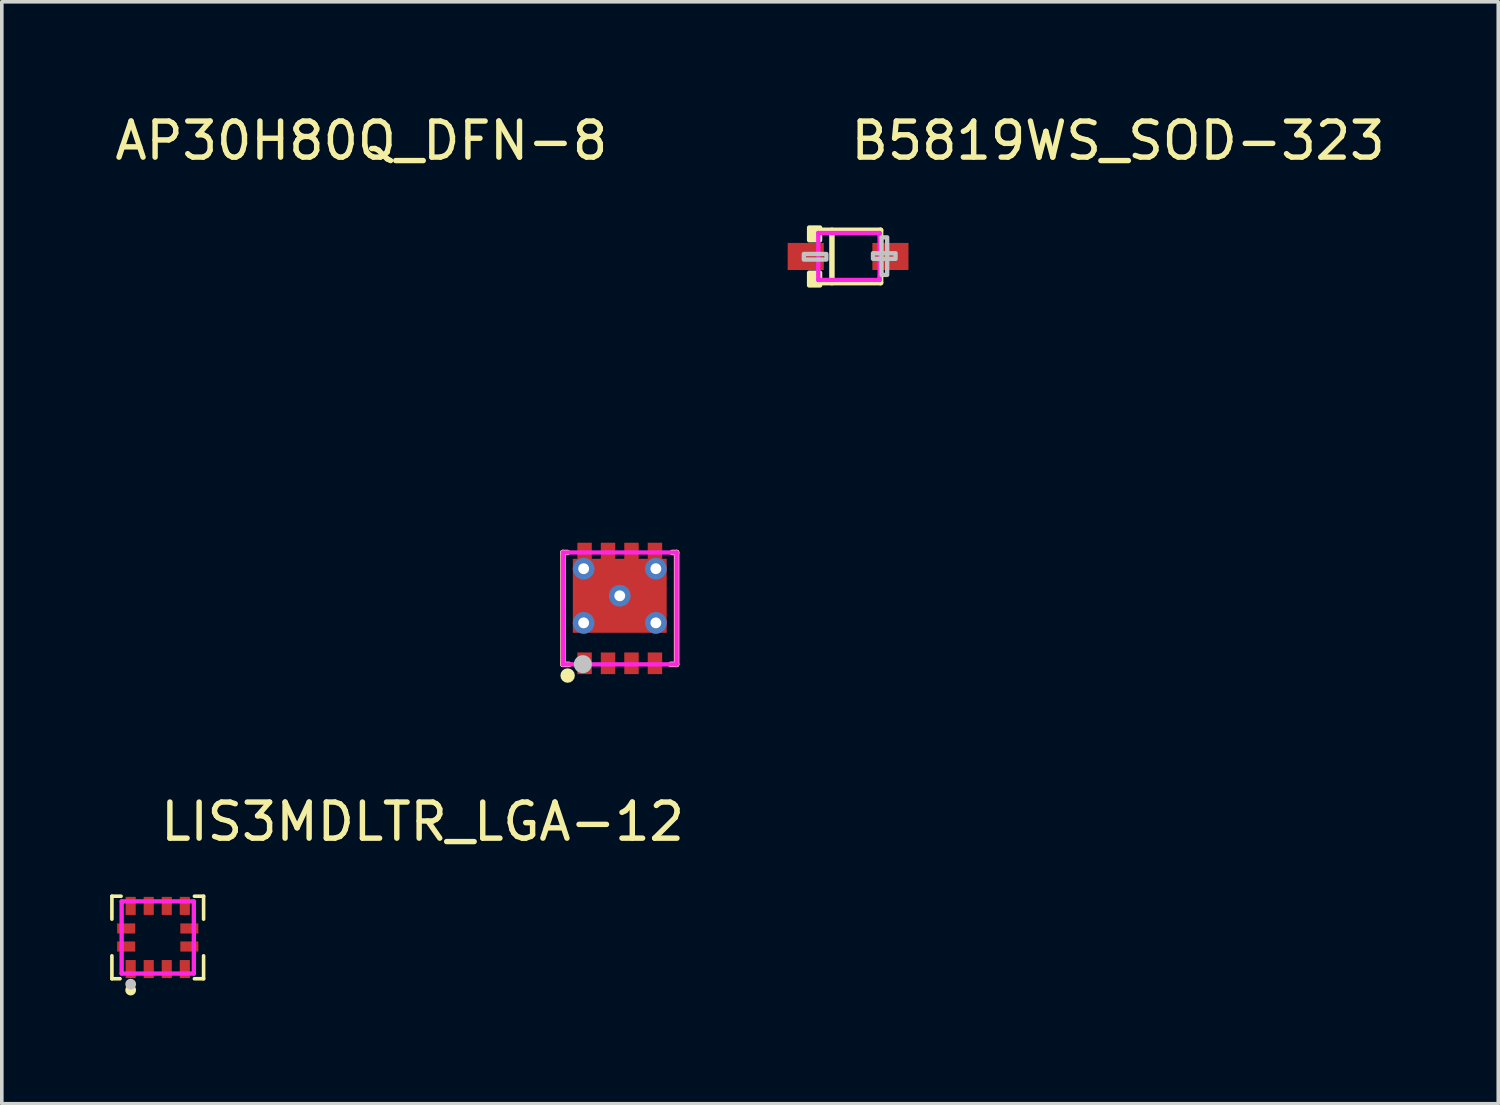
<source format=kicad_pcb>
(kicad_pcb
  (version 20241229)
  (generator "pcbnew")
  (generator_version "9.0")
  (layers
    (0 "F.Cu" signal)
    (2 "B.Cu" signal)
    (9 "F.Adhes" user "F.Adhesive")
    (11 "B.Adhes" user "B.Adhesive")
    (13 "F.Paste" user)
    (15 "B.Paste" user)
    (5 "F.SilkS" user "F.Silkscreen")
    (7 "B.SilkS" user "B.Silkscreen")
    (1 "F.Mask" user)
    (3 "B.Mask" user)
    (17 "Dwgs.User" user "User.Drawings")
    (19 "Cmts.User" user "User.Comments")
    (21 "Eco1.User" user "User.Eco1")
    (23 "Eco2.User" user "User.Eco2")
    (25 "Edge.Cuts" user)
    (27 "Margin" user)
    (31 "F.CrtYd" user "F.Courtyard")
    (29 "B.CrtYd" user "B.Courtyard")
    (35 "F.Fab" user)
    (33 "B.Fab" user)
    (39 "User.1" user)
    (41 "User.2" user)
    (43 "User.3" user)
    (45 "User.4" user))
  (footprint "LIS3MDLTR_LGA-12"
    (layer "F.Cu")
    (at 1.32 22.921)
    (property "Reference" "LIS3MDLTR_LGA-12" (at 0 -3.207 0) (layer "F.SilkS") (effects (font (size 1 1) (thickness 0.15)) (justify left)))
    (attr through_hole)
    (fp_line (start -1.27 -1.143) (end -1.27 -0.508) (stroke (width 0.1) (type solid)) (layer "F.SilkS"))
    (fp_line (start -1.27 0.508) (end -1.27 1.143) (stroke (width 0.1) (type solid)) (layer "F.SilkS"))
    (fp_line (start -1.27 1.143) (end -1.044 1.143) (stroke (width 0.1) (type solid)) (layer "F.SilkS"))
    (fp_line (start -1.016 -1.143) (end -1.27 -1.143) (stroke (width 0.1) (type solid)) (layer "F.SilkS"))
    (fp_line (start 1.016 -1.143) (end 1.27 -1.143) (stroke (width 0.1) (type solid)) (layer "F.SilkS"))
    (fp_line (start 1.27 -1.143) (end 1.27 -0.508) (stroke (width 0.1) (type solid)) (layer "F.SilkS"))
    (fp_line (start 1.27 0.508) (end 1.27 1.143) (stroke (width 0.1) (type solid)) (layer "F.SilkS"))
    (fp_line (start 1.27 1.143) (end 1.016 1.143) (stroke (width 0.1) (type solid)) (layer "F.SilkS"))
    (fp_circle (center -0.75 1.457) (end -0.675 1.457) (stroke (width 0.15) (type solid)) (fill no) (layer "F.SilkS"))
    (fp_circle (center -0.75 1.293) (end -0.675 1.293) (stroke (width 0.15) (type solid)) (fill no) (layer "Dwgs.User"))
    (fp_circle (center -1 1) (end -0.97 1) (stroke (width 0.06) (type solid)) (fill no) (layer "Eco2.User"))
    (fp_poly (pts (xy -0.875 0.625) (xy -0.625 0.625) (xy -0.625 0.9) (xy -0.875 0.9)) (stroke (width 0.12) (type solid)) (fill no) (layer "Eco2.User"))
    (fp_poly (pts (xy -0.625 -0.625) (xy -0.875 -0.625) (xy -0.875 -0.9) (xy -0.625 -0.9)) (stroke (width 0.12) (type solid)) (fill no) (layer "Eco2.User"))
    (fp_poly (pts (xy -0.625 -0.375) (xy -0.625 -0.125) (xy -0.9 -0.125) (xy -0.9 -0.375)) (stroke (width 0.12) (type solid)) (fill no) (layer "Eco2.User"))
    (fp_poly (pts (xy -0.625 0.125) (xy -0.625 0.375) (xy -0.9 0.375) (xy -0.9 0.125)) (stroke (width 0.12) (type solid)) (fill no) (layer "Eco2.User"))
    (fp_poly (pts (xy -0.375 0.625) (xy -0.125 0.625) (xy -0.125 0.9) (xy -0.375 0.9)) (stroke (width 0.12) (type solid)) (fill no) (layer "Eco2.User"))
    (fp_poly (pts (xy -0.125 -0.625) (xy -0.375 -0.625) (xy -0.375 -0.9) (xy -0.125 -0.9)) (stroke (width 0.12) (type solid)) (fill no) (layer "Eco2.User"))
    (fp_poly (pts (xy 0.125 0.625) (xy 0.375 0.625) (xy 0.375 0.9) (xy 0.125 0.9)) (stroke (width 0.12) (type solid)) (fill no) (layer "Eco2.User"))
    (fp_poly (pts (xy 0.375 -0.625) (xy 0.125 -0.625) (xy 0.125 -0.9) (xy 0.375 -0.9)) (stroke (width 0.12) (type solid)) (fill no) (layer "Eco2.User"))
    (fp_poly (pts (xy 0.625 -0.125) (xy 0.625 -0.375) (xy 0.9 -0.375) (xy 0.9 -0.125)) (stroke (width 0.12) (type solid)) (fill no) (layer "Eco2.User"))
    (fp_poly (pts (xy 0.625 0.375) (xy 0.625 0.125) (xy 0.9 0.125) (xy 0.9 0.375)) (stroke (width 0.12) (type solid)) (fill no) (layer "Eco2.User"))
    (fp_poly (pts (xy 0.625 0.625) (xy 0.875 0.625) (xy 0.875 0.9) (xy 0.625 0.9)) (stroke (width 0.12) (type solid)) (fill no) (layer "Eco2.User"))
    (fp_poly (pts (xy 0.875 -0.625) (xy 0.625 -0.625) (xy 0.625 -0.9) (xy 0.875 -0.9)) (stroke (width 0.12) (type solid)) (fill no) (layer "Eco2.User"))
    (fp_line (start -1 -1) (end 1 -1) (stroke (width 0.12) (type solid)) (layer "F.CrtYd"))
    (fp_line (start -1 1) (end -1 -1) (stroke (width 0.12) (type solid)) (layer "F.CrtYd"))
    (fp_line (start 1 -1) (end 1 1) (stroke (width 0.12) (type solid)) (layer "F.CrtYd"))
    (fp_line (start 1 1) (end -1 1) (stroke (width 0.12) (type solid)) (layer "F.CrtYd"))
    (pad "1" smd rect (at -0.75 0.875) (size 0.28 0.5) (layers "F.Cu" "F.Mask" "F.Paste"))
    (pad "2" smd rect (at -0.25 0.875) (size 0.28 0.5) (layers "F.Cu" "F.Mask" "F.Paste"))
    (pad "3" smd rect (at 0.25 0.875) (size 0.28 0.5) (layers "F.Cu" "F.Mask" "F.Paste"))
    (pad "4" smd rect (at 0.75 0.875) (size 0.28 0.5) (layers "F.Cu" "F.Mask" "F.Paste"))
    (pad "5" smd rect (at 0.875 0.25) (size 0.5 0.28) (layers "F.Cu" "F.Mask" "F.Paste"))
    (pad "6" smd rect (at 0.875 -0.25) (size 0.5 0.28) (layers "F.Cu" "F.Mask" "F.Paste"))
    (pad "7" smd rect (at 0.75 -0.875) (size 0.28 0.5) (layers "F.Cu" "F.Mask" "F.Paste"))
    (pad "8" smd rect (at 0.25 -0.875) (size 0.28 0.5) (layers "F.Cu" "F.Mask" "F.Paste"))
    (pad "9" smd rect (at -0.25 -0.875) (size 0.28 0.5) (layers "F.Cu" "F.Mask" "F.Paste"))
    (pad "10" smd rect (at -0.75 -0.875) (size 0.28 0.5) (layers "F.Cu" "F.Mask" "F.Paste"))
    (pad "11" smd rect (at -0.875 -0.25) (size 0.5 0.28) (layers "F.Cu" "F.Mask" "F.Paste"))
    (pad "12" smd rect (at -0.875 0.25) (size 0.5 0.28) (layers "F.Cu" "F.Mask" "F.Paste")))
  (footprint "B5819WS_SOD-323"
    (layer "F.Cu")
    (at 20.444 4.055)
    (property "Reference" "B5819WS_SOD-323" (at 0 -3.207 0) (layer "F.SilkS") (effects (font (size 1 1) (thickness 0.15)) (justify left)))
    (attr through_hole)
    (fp_line (start -0.851 -0.726) (end 0.901 -0.726) (stroke (width 0.152) (type solid)) (layer "F.SilkS"))
    (fp_line (start -0.851 0.726) (end 0.901 0.726) (stroke (width 0.152) (type solid)) (layer "F.SilkS"))
    (fp_line (start -0.447 -0.726) (end -0.447 0.726) (stroke (width 0.152) (type solid)) (layer "F.SilkS"))
    (fp_line (start 0.901 -0.726) (end 0.901 -0.53) (stroke (width 0.152) (type solid)) (layer "F.SilkS"))
    (fp_line (start 0.901 0.726) (end 0.901 0.52) (stroke (width 0.152) (type solid)) (layer "F.SilkS"))
    (fp_poly (pts (xy -0.775 -0.802) (xy -0.775 -0.45) (xy -1.08 -0.45) (xy -1.08 -0.802)) (stroke (width 0.12) (type solid)) (fill yes) (layer "F.SilkS"))
    (fp_poly (pts (xy -0.775 0.802) (xy -0.775 0.45) (xy -1.08 0.45) (xy -1.08 0.802)) (stroke (width 0.12) (type solid)) (fill yes) (layer "F.SilkS"))
    (fp_poly (pts (xy -1.225 -0.07) (xy -1.225 0.086) (xy -0.601 0.086) (xy -0.601 -0.07)) (stroke (width 0.12) (type solid)) (fill no) (layer "Dwgs.User"))
    (fp_poly (pts (xy 1.083 -0.53) (xy 1.083 0.51) (xy 0.927 0.51) (xy 0.927 -0.53)) (stroke (width 0.12) (type solid)) (fill no) (layer "Dwgs.User"))
    (fp_poly (pts (xy 1.315 -0.09) (xy 1.315 0.066) (xy 0.691 0.066) (xy 0.691 -0.09)) (stroke (width 0.12) (type solid)) (fill no) (layer "Dwgs.User"))
    (fp_line (start -0.935 -0.16) (end -0.815 -0.16) (stroke (width 0.12) (type solid)) (layer "Eco2.User"))
    (fp_line (start -0.935 0.16) (end -0.935 -0.16) (stroke (width 0.12) (type solid)) (layer "Eco2.User"))
    (fp_line (start -0.815 -0.16) (end -0.815 0.16) (stroke (width 0.12) (type solid)) (layer "Eco2.User"))
    (fp_line (start -0.815 0.16) (end -0.935 0.16) (stroke (width 0.12) (type solid)) (layer "Eco2.User"))
    (fp_line (start 0.865 -0.16) (end 0.985 -0.16) (stroke (width 0.12) (type solid)) (layer "Eco2.User"))
    (fp_line (start 0.865 0.16) (end 0.865 -0.16) (stroke (width 0.12) (type solid)) (layer "Eco2.User"))
    (fp_line (start 0.985 -0.16) (end 0.985 0.16) (stroke (width 0.12) (type solid)) (layer "Eco2.User"))
    (fp_line (start 0.985 0.16) (end 0.865 0.16) (stroke (width 0.12) (type solid)) (layer "Eco2.User"))
    (fp_circle (center -1.225 0.65) (end -1.195 0.65) (stroke (width 0.06) (type solid)) (fill no) (layer "Eco2.User"))
    (fp_poly (pts (xy -0.925 -0.16) (xy -0.925 0.16) (xy -1.225 0.16) (xy -1.225 -0.16)) (stroke (width 0.12) (type solid)) (fill no) (layer "Eco2.User"))
    (fp_poly (pts (xy 1.275 -0.16) (xy 1.275 0.16) (xy 0.975 0.16) (xy 0.975 -0.16)) (stroke (width 0.12) (type solid)) (fill no) (layer "Eco2.User"))
    (fp_line (start -0.825 -0.65) (end 0.875 -0.65) (stroke (width 0.12) (type solid)) (layer "F.CrtYd"))
    (fp_line (start -0.825 0.65) (end -0.825 -0.65) (stroke (width 0.12) (type solid)) (layer "F.CrtYd"))
    (fp_line (start 0.875 -0.65) (end 0.875 0.65) (stroke (width 0.12) (type solid)) (layer "F.CrtYd"))
    (fp_line (start 0.875 0.65) (end -0.825 0.65) (stroke (width 0.12) (type solid)) (layer "F.CrtYd"))
    (pad "1" smd rect (at -1.173 0) (size 1 0.75) (layers "F.Cu" "F.Mask" "F.Paste"))
    (pad "2" smd rect (at 1.173 0) (size 1 0.75) (layers "F.Cu" "F.Mask" "F.Paste")))
  (footprint "AP30H80Q_DFN-8"
    (layer "F.Cu")
    (at 14.119 13.805)
    (property "Reference" "AP30H80Q_DFN-8" (at -0.25 -12.957 180) (layer "F.SilkS") (effects (font (size 1 1) (thickness 0.15)) (justify right)))
    (attr through_hole)
    (fp_line (start -1.575 -1.55) (end -1.45 -1.55) (stroke (width 0.152) (type solid)) (layer "F.SilkS"))
    (fp_line (start -1.575 1.55) (end -1.575 -1.55) (stroke (width 0.152) (type solid)) (layer "F.SilkS"))
    (fp_line (start -1.406 1.55) (end -1.575 1.55) (stroke (width 0.152) (type solid)) (layer "F.SilkS"))
    (fp_line (start 1.45 -1.55) (end 1.576 -1.55) (stroke (width 0.152) (type solid)) (layer "F.SilkS"))
    (fp_line (start 1.575 -1.55) (end 1.575 1.55) (stroke (width 0.152) (type solid)) (layer "F.SilkS"))
    (fp_line (start 1.575 1.55) (end 1.406 1.55) (stroke (width 0.152) (type solid)) (layer "F.SilkS"))
    (fp_circle (center -1.444 1.86) (end -1.344 1.86) (stroke (width 0.2) (type solid)) (fill no) (layer "F.SilkS"))
    (fp_poly (pts (xy -1.174 1.22) (xy -0.775 1.22) (xy -0.775 1.82) (xy -1.175 1.82)) (stroke (width 0.12) (type solid)) (fill yes) (layer "F.Paste"))
    (fp_poly (pts (xy -0.524 1.22) (xy -0.125 1.22) (xy -0.125 1.82) (xy -0.525 1.82)) (stroke (width 0.12) (type solid)) (fill yes) (layer "F.Paste"))
    (fp_poly (pts (xy 0.126 1.22) (xy 0.525 1.22) (xy 0.525 1.82) (xy 0.125 1.82)) (stroke (width 0.12) (type solid)) (fill yes) (layer "F.Paste"))
    (fp_poly (pts (xy 0.776 1.22) (xy 1.175 1.22) (xy 1.175 1.82) (xy 0.775 1.82)) (stroke (width 0.12) (type solid)) (fill yes) (layer "F.Paste"))
    (fp_poly (pts (xy 1.175 -1.375) (xy 1.175 -1.82) (xy 0.775 -1.82) (xy 0.775 -1.375) (xy 0.525 -1.375) (xy 0.525 -1.82) (xy 0.125 -1.82) (xy 0.125 -1.375) (xy -0.125 -1.375) (xy -0.125 -1.82) (xy -0.525 -1.82) (xy -0.525 -1.375) (xy -0.775 -1.375) (xy -0.775 -1.82) (xy -1.175 -1.82) (xy -1.175 -1.375) (xy -1.3 -1.375) (xy -1.3 0.675) (xy 1.3 0.675) (xy 1.3 -1.375)) (stroke (width 0.12) (type solid)) (fill yes) (layer "F.Paste"))
    (fp_circle (center -1.023 1.545) (end -0.898 1.545) (stroke (width 0.25) (type solid)) (fill no) (layer "Dwgs.User"))
    (fp_circle (center -1.575 1.675) (end -1.545 1.675) (stroke (width 0.06) (type solid)) (fill no) (layer "Eco2.User"))
    (fp_poly (pts (xy -1.25 -1.275) (xy 1.24 -1.275) (xy 1.24 0.605) (xy -1.25 0.605)) (stroke (width 0.12) (type solid)) (fill no) (layer "Eco2.User"))
    (fp_poly (pts (xy -1.125 -1.675) (xy -0.825 -1.675) (xy -0.825 -1.275) (xy -1.125 -1.275)) (stroke (width 0.12) (type solid)) (fill no) (layer "Eco2.User"))
    (fp_poly (pts (xy -0.825 1.675) (xy -1.125 1.675) (xy -1.125 1.275) (xy -0.825 1.275)) (stroke (width 0.12) (type solid)) (fill no) (layer "Eco2.User"))
    (fp_poly (pts (xy -0.475 -1.675) (xy -0.175 -1.675) (xy -0.175 -1.275) (xy -0.475 -1.275)) (stroke (width 0.12) (type solid)) (fill no) (layer "Eco2.User"))
    (fp_poly (pts (xy -0.175 1.675) (xy -0.475 1.675) (xy -0.475 1.275) (xy -0.175 1.275)) (stroke (width 0.12) (type solid)) (fill no) (layer "Eco2.User"))
    (fp_poly (pts (xy 0.175 -1.675) (xy 0.475 -1.675) (xy 0.475 -1.275) (xy 0.175 -1.275)) (stroke (width 0.12) (type solid)) (fill no) (layer "Eco2.User"))
    (fp_poly (pts (xy 0.475 1.675) (xy 0.175 1.675) (xy 0.175 1.275) (xy 0.475 1.275)) (stroke (width 0.12) (type solid)) (fill no) (layer "Eco2.User"))
    (fp_poly (pts (xy 0.825 -1.675) (xy 1.125 -1.675) (xy 1.125 -1.275) (xy 0.825 -1.275)) (stroke (width 0.12) (type solid)) (fill no) (layer "Eco2.User"))
    (fp_poly (pts (xy 1.125 1.675) (xy 0.825 1.675) (xy 0.825 1.275) (xy 1.125 1.275)) (stroke (width 0.12) (type solid)) (fill no) (layer "Eco2.User"))
    (fp_line (start -1.575 -1.55) (end 1.575 -1.55) (stroke (width 0.12) (type solid)) (layer "F.CrtYd"))
    (fp_line (start -1.575 1.55) (end -1.575 -1.55) (stroke (width 0.12) (type solid)) (layer "F.CrtYd"))
    (fp_line (start 1.575 -1.55) (end 1.575 1.55) (stroke (width 0.12) (type solid)) (layer "F.CrtYd"))
    (fp_line (start 1.575 1.55) (end -1.575 1.55) (stroke (width 0.12) (type solid)) (layer "F.CrtYd"))
    (pad "1" smd rect (at -0.975 1.52 180) (size 0.4 0.6) (layers "F.Cu" "F.Mask" "F.Paste"))
    (pad "2" smd rect (at -0.325 1.52 180) (size 0.4 0.6) (layers "F.Cu" "F.Mask" "F.Paste"))
    (pad "3" smd rect (at 0.325 1.52 180) (size 0.4 0.6) (layers "F.Cu" "F.Mask" "F.Paste"))
    (pad "4" smd rect (at 0.975 1.52 180) (size 0.4 0.6) (layers "F.Cu" "F.Mask" "F.Paste"))
    (pad "5" smd rect (at 0.975 -1.52 180) (size 0.4 0.6) (layers "F.Cu" "F.Mask" "F.Paste"))
    (pad "6" smd rect (at 0.325 -1.52 180) (size 0.4 0.6) (layers "F.Cu" "F.Mask" "F.Paste"))
    (pad "7" smd rect (at -0.325 -1.52 180) (size 0.4 0.6) (layers "F.Cu" "F.Mask" "F.Paste"))
    (pad "8" smd rect (at -0.975 -1.52 180) (size 0.4 0.6) (layers "F.Cu" "F.Mask" "F.Paste"))
    (pad "9" thru_hole circle (at -1 -1.1) (size 0.6 0.6) (drill 0.3) (layers "*.Cu" "*.Mask"))
    (pad "9" thru_hole circle (at -1 0.4) (size 0.6 0.6) (drill 0.3) (layers "*.Cu" "*.Mask"))
    (pad "9" thru_hole circle (at 0 -0.35) (size 0.6 0.6) (drill 0.3) (layers "*.Cu" "*.Mask"))
    (pad "9" smd rect (at 0 -0.35) (size 2.6 2.05) (layers "F.Cu" "F.Mask" "F.Paste"))
    (pad "9" thru_hole circle (at 1 -1.1) (size 0.6 0.6) (drill 0.3) (layers "*.Cu" "*.Mask"))
    (pad "9" thru_hole circle (at 1 0.4) (size 0.6 0.6) (drill 0.3) (layers "*.Cu" "*.Mask")))
  (gr_rect
    (start -3 -3)
    (end 38.456 27.527)
    (stroke (width 0.1) (type default))
    (fill no)
    (layer "Edge.Cuts")))
</source>
